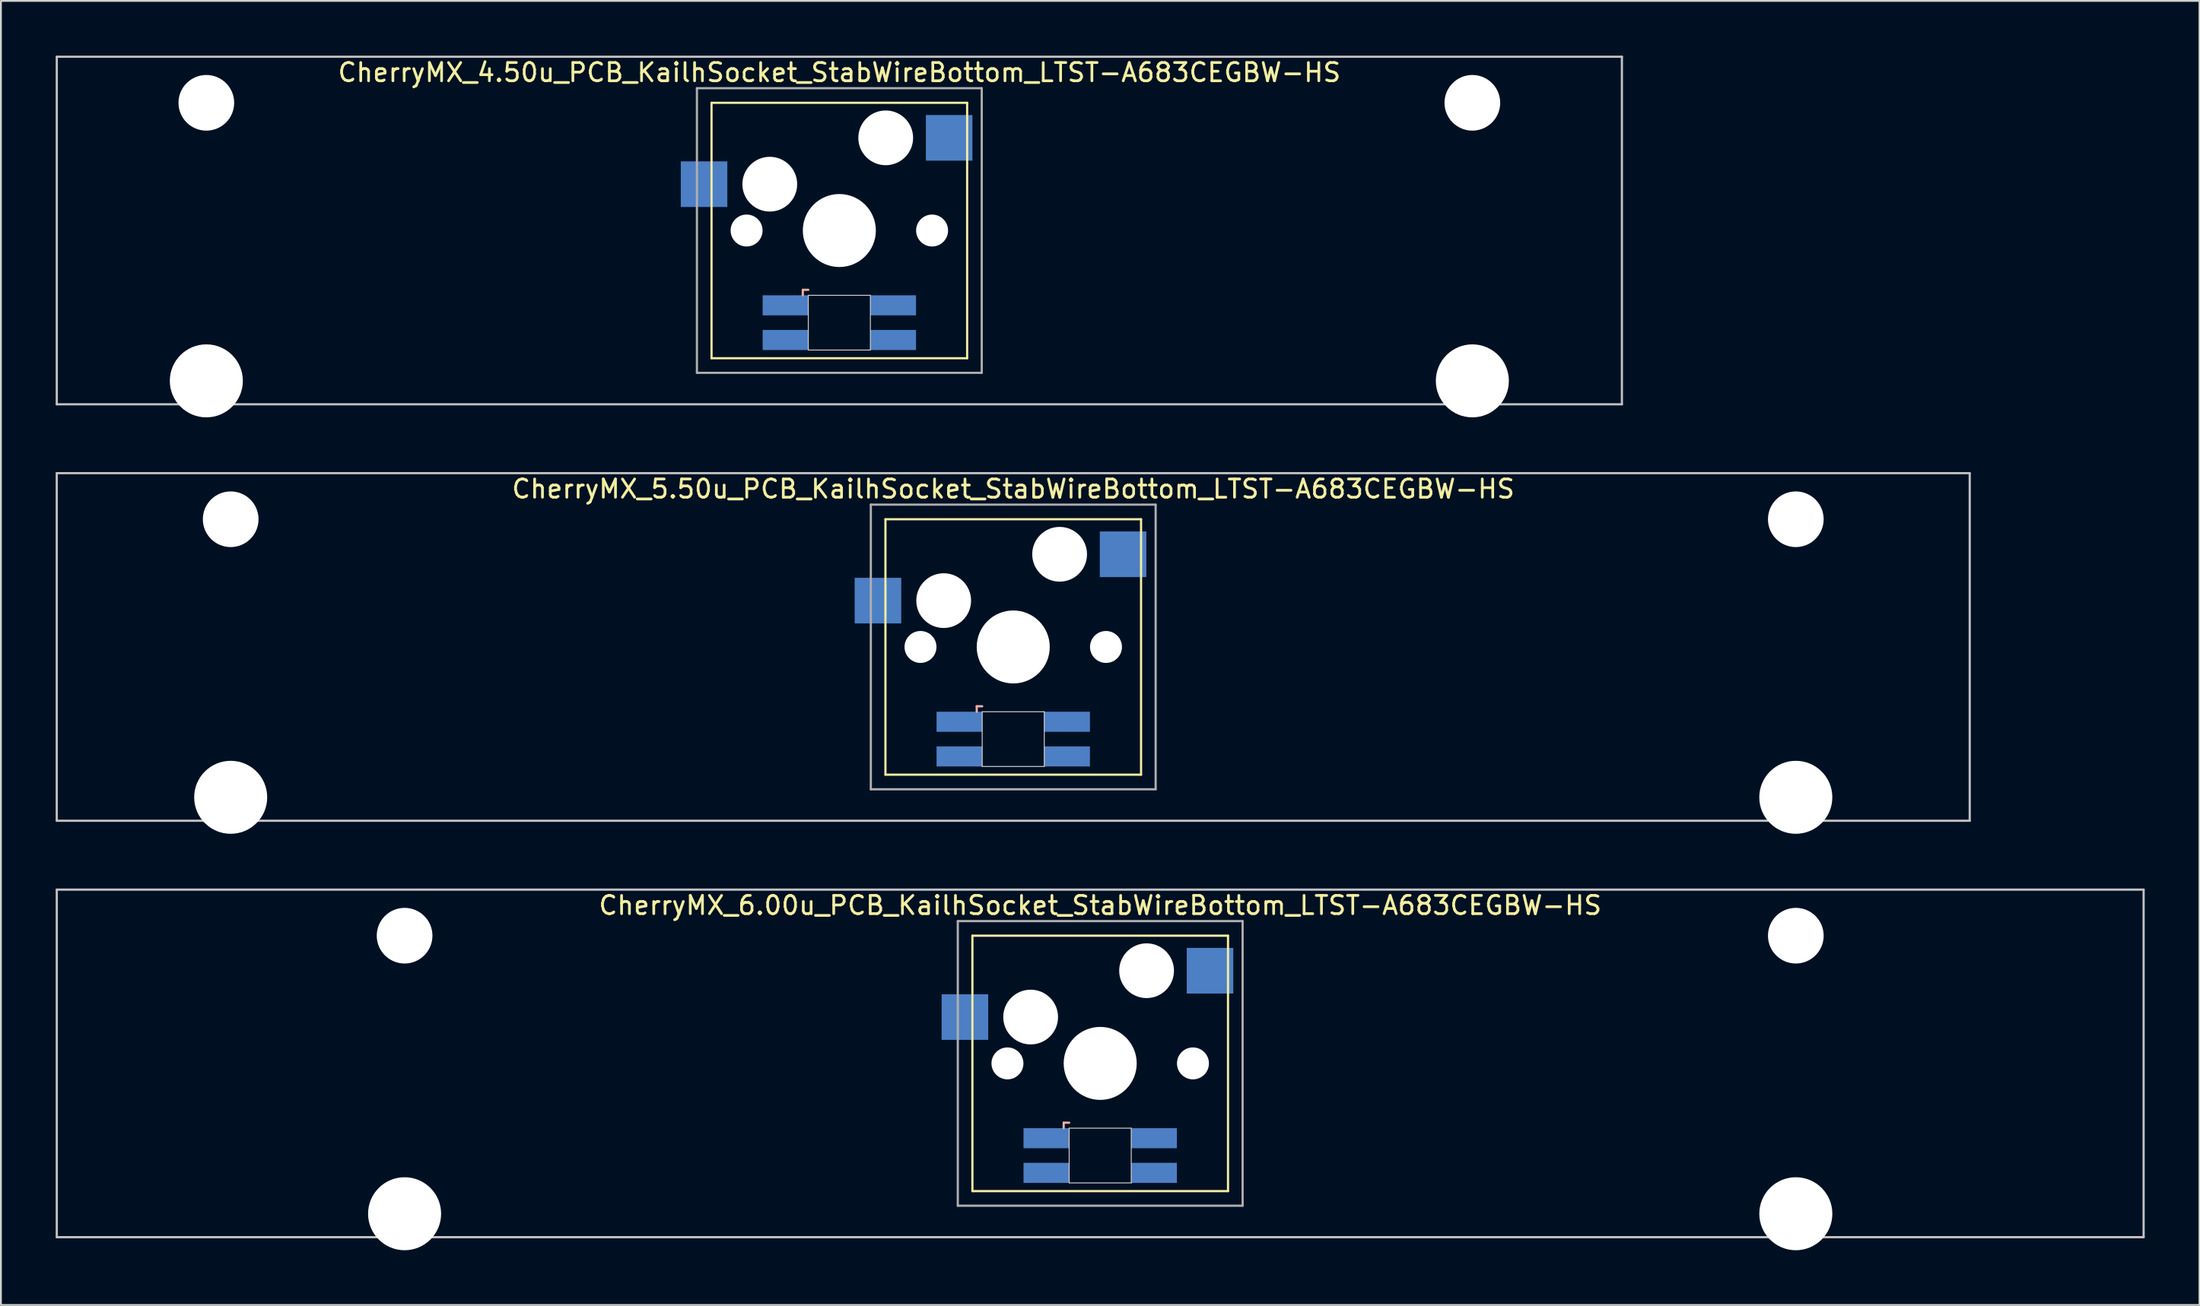
<source format=kicad_pcb>
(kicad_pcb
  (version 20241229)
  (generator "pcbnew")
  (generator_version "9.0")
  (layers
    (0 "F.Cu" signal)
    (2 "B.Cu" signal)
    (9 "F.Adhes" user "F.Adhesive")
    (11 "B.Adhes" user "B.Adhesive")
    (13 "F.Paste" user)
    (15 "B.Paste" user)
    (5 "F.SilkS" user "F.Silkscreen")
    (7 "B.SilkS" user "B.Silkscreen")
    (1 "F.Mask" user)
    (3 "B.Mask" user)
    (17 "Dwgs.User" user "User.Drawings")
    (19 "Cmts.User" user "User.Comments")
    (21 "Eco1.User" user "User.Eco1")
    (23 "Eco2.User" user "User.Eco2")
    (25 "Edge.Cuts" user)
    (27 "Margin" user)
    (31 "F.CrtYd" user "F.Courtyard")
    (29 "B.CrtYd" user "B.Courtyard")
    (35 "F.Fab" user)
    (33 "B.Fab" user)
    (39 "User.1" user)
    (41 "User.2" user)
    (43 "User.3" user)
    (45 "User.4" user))
  (footprint "CherryMX_5.50u_PCB_KailhSocket_StabWireBottom_LTST-A683CEGBW-HS"
    (layer "F.Cu")
    (at 52.447 32.41)
    (property "Reference" "CherryMX_5.50u_PCB_KailhSocket_StabWireBottom_LTST-A683CEGBW-HS" (at 0 -8.662 0) (layer "F.SilkS") (effects (font (size 1 1) (thickness 0.15))))
    (attr through_hole)
    (fp_line (start -7 -7) (end -7 7) (stroke (width 0.12) (type solid)) (layer "F.SilkS"))
    (fp_line (start -7 -7) (end 7 -7) (stroke (width 0.12) (type solid)) (layer "F.SilkS"))
    (fp_line (start 7 -7) (end 7 7) (stroke (width 0.12) (type solid)) (layer "F.SilkS"))
    (fp_line (start 7 7) (end -7 7) (stroke (width 0.12) (type solid)) (layer "F.SilkS"))
    (fp_line (start -2 3.25) (end -2 3.55) (stroke (width 0.12) (type solid)) (layer "B.SilkS"))
    (fp_line (start -1.7 3.25) (end -2 3.25) (stroke (width 0.12) (type solid)) (layer "B.SilkS"))
    (fp_line (start -52.388 -9.525) (end 52.388 -9.525) (stroke (width 0.12) (type solid)) (layer "Dwgs.User"))
    (fp_line (start -52.388 9.525) (end -52.388 -9.525) (stroke (width 0.12) (type solid)) (layer "Dwgs.User"))
    (fp_line (start 52.388 -9.525) (end 52.388 9.525) (stroke (width 0.12) (type solid)) (layer "Dwgs.User"))
    (fp_line (start 52.388 9.525) (end -52.388 9.525) (stroke (width 0.12) (type solid)) (layer "Dwgs.User"))
    (fp_line (start -1.7 3.55) (end 1.7 3.55) (stroke (width 0.05) (type solid)) (layer "Edge.Cuts"))
    (fp_line (start -1.7 6.55) (end -1.7 3.55) (stroke (width 0.05) (type solid)) (layer "Edge.Cuts"))
    (fp_line (start 1.7 3.55) (end 1.7 6.55) (stroke (width 0.05) (type solid)) (layer "Edge.Cuts"))
    (fp_line (start 1.7 6.55) (end -1.7 6.55) (stroke (width 0.05) (type solid)) (layer "Edge.Cuts"))
    (fp_line (start -7.8 -7.8) (end -7.8 7.8) (stroke (width 0.12) (type solid)) (layer "F.Fab"))
    (fp_line (start -7.8 -7.8) (end 7.8 -7.8) (stroke (width 0.12) (type solid)) (layer "F.Fab"))
    (fp_line (start -7.8 7.8) (end 7.8 7.8) (stroke (width 0.12) (type solid)) (layer "F.Fab"))
    (fp_line (start 7.8 -7.8) (end 7.8 7.8) (stroke (width 0.12) (type solid)) (layer "F.Fab"))
    (pad "" np_thru_hole circle (at -42.862 -7) (size 3.05 3.05) (drill 3.05) (layers "*.Cu" "*.Mask"))
    (pad "" np_thru_hole circle (at -42.862 8.24) (size 4 4) (drill 4) (layers "*.Cu" "*.Mask"))
    (pad "" np_thru_hole circle (at -5.08 0) (size 1.75 1.75) (drill 1.75) (layers "*.Cu" "*.Mask"))
    (pad "" np_thru_hole circle (at -3.81 -2.54) (size 3 3) (drill 3) (layers "*.Cu" "*.Mask"))
    (pad "" np_thru_hole circle (at 0 0) (size 4 4) (drill 4) (layers "*.Cu" "*.Mask"))
    (pad "" np_thru_hole circle (at 2.54 -5.08) (size 3 3) (drill 3) (layers "*.Cu" "*.Mask"))
    (pad "" np_thru_hole circle (at 5.08 0) (size 1.75 1.75) (drill 1.75) (layers "*.Cu" "*.Mask"))
    (pad "" np_thru_hole circle (at 42.862 -7) (size 3.05 3.05) (drill 3.05) (layers "*.Cu" "*.Mask"))
    (pad "" np_thru_hole circle (at 42.862 8.24) (size 4 4) (drill 4) (layers "*.Cu" "*.Mask"))
    (pad "1" smd rect (at -7.41 -2.54) (size 2.55 2.5) (layers "B.Cu" "B.Mask" "B.Paste"))
    (pad "2" smd rect (at 6.015 -5.08) (size 2.55 2.5) (layers "B.Cu" "B.Mask" "B.Paste"))
    (pad "3" smd rect (at -2.95 4.1) (size 2.5 1.1) (layers "B.Cu" "B.Mask" "B.Paste"))
    (pad "4" smd rect (at -2.95 6) (size 2.5 1.1) (layers "B.Cu" "B.Mask" "B.Paste"))
    (pad "5" smd rect (at 2.95 4.1) (size 2.5 1.1) (layers "B.Cu" "B.Mask" "B.Paste"))
    (pad "6" smd rect (at 2.95 6) (size 2.5 1.1) (layers "B.Cu" "B.Mask" "B.Paste")))
  (footprint "CherryMX_4.50u_PCB_KailhSocket_StabWireBottom_LTST-A683CEGBW-HS"
    (layer "F.Cu")
    (at 42.922 9.585)
    (property "Reference" "CherryMX_4.50u_PCB_KailhSocket_StabWireBottom_LTST-A683CEGBW-HS" (at 0 -8.662 0) (layer "F.SilkS") (effects (font (size 1 1) (thickness 0.15))))
    (attr through_hole)
    (fp_line (start -7 -7) (end -7 7) (stroke (width 0.12) (type solid)) (layer "F.SilkS"))
    (fp_line (start -7 -7) (end 7 -7) (stroke (width 0.12) (type solid)) (layer "F.SilkS"))
    (fp_line (start 7 -7) (end 7 7) (stroke (width 0.12) (type solid)) (layer "F.SilkS"))
    (fp_line (start 7 7) (end -7 7) (stroke (width 0.12) (type solid)) (layer "F.SilkS"))
    (fp_line (start -2 3.25) (end -2 3.55) (stroke (width 0.12) (type solid)) (layer "B.SilkS"))
    (fp_line (start -1.7 3.25) (end -2 3.25) (stroke (width 0.12) (type solid)) (layer "B.SilkS"))
    (fp_line (start -42.862 -9.525) (end 42.862 -9.525) (stroke (width 0.12) (type solid)) (layer "Dwgs.User"))
    (fp_line (start -42.862 9.525) (end -42.862 -9.525) (stroke (width 0.12) (type solid)) (layer "Dwgs.User"))
    (fp_line (start 42.862 -9.525) (end 42.862 9.525) (stroke (width 0.12) (type solid)) (layer "Dwgs.User"))
    (fp_line (start 42.862 9.525) (end -42.862 9.525) (stroke (width 0.12) (type solid)) (layer "Dwgs.User"))
    (fp_line (start -1.7 3.55) (end 1.7 3.55) (stroke (width 0.05) (type solid)) (layer "Edge.Cuts"))
    (fp_line (start -1.7 6.55) (end -1.7 3.55) (stroke (width 0.05) (type solid)) (layer "Edge.Cuts"))
    (fp_line (start 1.7 3.55) (end 1.7 6.55) (stroke (width 0.05) (type solid)) (layer "Edge.Cuts"))
    (fp_line (start 1.7 6.55) (end -1.7 6.55) (stroke (width 0.05) (type solid)) (layer "Edge.Cuts"))
    (fp_line (start -7.8 -7.8) (end -7.8 7.8) (stroke (width 0.12) (type solid)) (layer "F.Fab"))
    (fp_line (start -7.8 -7.8) (end 7.8 -7.8) (stroke (width 0.12) (type solid)) (layer "F.Fab"))
    (fp_line (start -7.8 7.8) (end 7.8 7.8) (stroke (width 0.12) (type solid)) (layer "F.Fab"))
    (fp_line (start 7.8 -7.8) (end 7.8 7.8) (stroke (width 0.12) (type solid)) (layer "F.Fab"))
    (pad "" np_thru_hole circle (at -34.671 -7) (size 3.05 3.05) (drill 3.05) (layers "*.Cu" "*.Mask"))
    (pad "" np_thru_hole circle (at -34.671 8.24) (size 4 4) (drill 4) (layers "*.Cu" "*.Mask"))
    (pad "" np_thru_hole circle (at -5.08 0) (size 1.75 1.75) (drill 1.75) (layers "*.Cu" "*.Mask"))
    (pad "" np_thru_hole circle (at -3.81 -2.54) (size 3 3) (drill 3) (layers "*.Cu" "*.Mask"))
    (pad "" np_thru_hole circle (at 0 0) (size 4 4) (drill 4) (layers "*.Cu" "*.Mask"))
    (pad "" np_thru_hole circle (at 2.54 -5.08) (size 3 3) (drill 3) (layers "*.Cu" "*.Mask"))
    (pad "" np_thru_hole circle (at 5.08 0) (size 1.75 1.75) (drill 1.75) (layers "*.Cu" "*.Mask"))
    (pad "" np_thru_hole circle (at 34.671 -7) (size 3.05 3.05) (drill 3.05) (layers "*.Cu" "*.Mask"))
    (pad "" np_thru_hole circle (at 34.671 8.24) (size 4 4) (drill 4) (layers "*.Cu" "*.Mask"))
    (pad "1" smd rect (at -7.41 -2.54) (size 2.55 2.5) (layers "B.Cu" "B.Mask" "B.Paste"))
    (pad "2" smd rect (at 6.015 -5.08) (size 2.55 2.5) (layers "B.Cu" "B.Mask" "B.Paste"))
    (pad "3" smd rect (at -2.95 4.1) (size 2.5 1.1) (layers "B.Cu" "B.Mask" "B.Paste"))
    (pad "4" smd rect (at -2.95 6) (size 2.5 1.1) (layers "B.Cu" "B.Mask" "B.Paste"))
    (pad "5" smd rect (at 2.95 4.1) (size 2.5 1.1) (layers "B.Cu" "B.Mask" "B.Paste"))
    (pad "6" smd rect (at 2.95 6) (size 2.5 1.1) (layers "B.Cu" "B.Mask" "B.Paste")))
  (footprint "CherryMX_6.00u_PCB_KailhSocket_StabWireBottom_LTST-A683CEGBW-HS"
    (layer "F.Cu")
    (at 57.21 55.235)
    (property "Reference" "CherryMX_6.00u_PCB_KailhSocket_StabWireBottom_LTST-A683CEGBW-HS" (at 0 -8.662 0) (layer "F.SilkS") (effects (font (size 1 1) (thickness 0.15))))
    (attr through_hole)
    (fp_line (start -7 -7) (end -7 7) (stroke (width 0.12) (type solid)) (layer "F.SilkS"))
    (fp_line (start -7 -7) (end 7 -7) (stroke (width 0.12) (type solid)) (layer "F.SilkS"))
    (fp_line (start 7 -7) (end 7 7) (stroke (width 0.12) (type solid)) (layer "F.SilkS"))
    (fp_line (start 7 7) (end -7 7) (stroke (width 0.12) (type solid)) (layer "F.SilkS"))
    (fp_line (start -2 3.25) (end -2 3.55) (stroke (width 0.12) (type solid)) (layer "B.SilkS"))
    (fp_line (start -1.7 3.25) (end -2 3.25) (stroke (width 0.12) (type solid)) (layer "B.SilkS"))
    (fp_line (start -57.15 -9.525) (end 57.15 -9.525) (stroke (width 0.12) (type solid)) (layer "Dwgs.User"))
    (fp_line (start -57.15 9.525) (end -57.15 -9.525) (stroke (width 0.12) (type solid)) (layer "Dwgs.User"))
    (fp_line (start 57.15 -9.525) (end 57.15 9.525) (stroke (width 0.12) (type solid)) (layer "Dwgs.User"))
    (fp_line (start 57.15 9.525) (end -57.15 9.525) (stroke (width 0.12) (type solid)) (layer "Dwgs.User"))
    (fp_line (start -1.7 3.55) (end 1.7 3.55) (stroke (width 0.05) (type solid)) (layer "Edge.Cuts"))
    (fp_line (start -1.7 6.55) (end -1.7 3.55) (stroke (width 0.05) (type solid)) (layer "Edge.Cuts"))
    (fp_line (start 1.7 3.55) (end 1.7 6.55) (stroke (width 0.05) (type solid)) (layer "Edge.Cuts"))
    (fp_line (start 1.7 6.55) (end -1.7 6.55) (stroke (width 0.05) (type solid)) (layer "Edge.Cuts"))
    (fp_line (start -7.8 -7.8) (end -7.8 7.8) (stroke (width 0.12) (type solid)) (layer "F.Fab"))
    (fp_line (start -7.8 -7.8) (end 7.8 -7.8) (stroke (width 0.12) (type solid)) (layer "F.Fab"))
    (fp_line (start -7.8 7.8) (end 7.8 7.8) (stroke (width 0.12) (type solid)) (layer "F.Fab"))
    (fp_line (start 7.8 -7.8) (end 7.8 7.8) (stroke (width 0.12) (type solid)) (layer "F.Fab"))
    (pad "" np_thru_hole circle (at -38.1 -7) (size 3.05 3.05) (drill 3.05) (layers "*.Cu" "*.Mask"))
    (pad "" np_thru_hole circle (at -38.1 8.24) (size 4 4) (drill 4) (layers "*.Cu" "*.Mask"))
    (pad "" np_thru_hole circle (at -5.08 0) (size 1.75 1.75) (drill 1.75) (layers "*.Cu" "*.Mask"))
    (pad "" np_thru_hole circle (at -3.81 -2.54) (size 3 3) (drill 3) (layers "*.Cu" "*.Mask"))
    (pad "" np_thru_hole circle (at 0 0) (size 4 4) (drill 4) (layers "*.Cu" "*.Mask"))
    (pad "" np_thru_hole circle (at 2.54 -5.08) (size 3 3) (drill 3) (layers "*.Cu" "*.Mask"))
    (pad "" np_thru_hole circle (at 5.08 0) (size 1.75 1.75) (drill 1.75) (layers "*.Cu" "*.Mask"))
    (pad "" np_thru_hole circle (at 38.1 -7) (size 3.05 3.05) (drill 3.05) (layers "*.Cu" "*.Mask"))
    (pad "" np_thru_hole circle (at 38.1 8.24) (size 4 4) (drill 4) (layers "*.Cu" "*.Mask"))
    (pad "1" smd rect (at -7.41 -2.54) (size 2.55 2.5) (layers "B.Cu" "B.Mask" "B.Paste"))
    (pad "2" smd rect (at 6.015 -5.08) (size 2.55 2.5) (layers "B.Cu" "B.Mask" "B.Paste"))
    (pad "3" smd rect (at -2.95 4.1) (size 2.5 1.1) (layers "B.Cu" "B.Mask" "B.Paste"))
    (pad "4" smd rect (at -2.95 6) (size 2.5 1.1) (layers "B.Cu" "B.Mask" "B.Paste"))
    (pad "5" smd rect (at 2.95 4.1) (size 2.5 1.1) (layers "B.Cu" "B.Mask" "B.Paste"))
    (pad "6" smd rect (at 2.95 6) (size 2.5 1.1) (layers "B.Cu" "B.Mask" "B.Paste")))
  (gr_rect
    (start -3 -3)
    (end 117.42 68.475)
    (stroke (width 0.1) (type default))
    (fill no)
    (layer "Edge.Cuts")))
</source>
